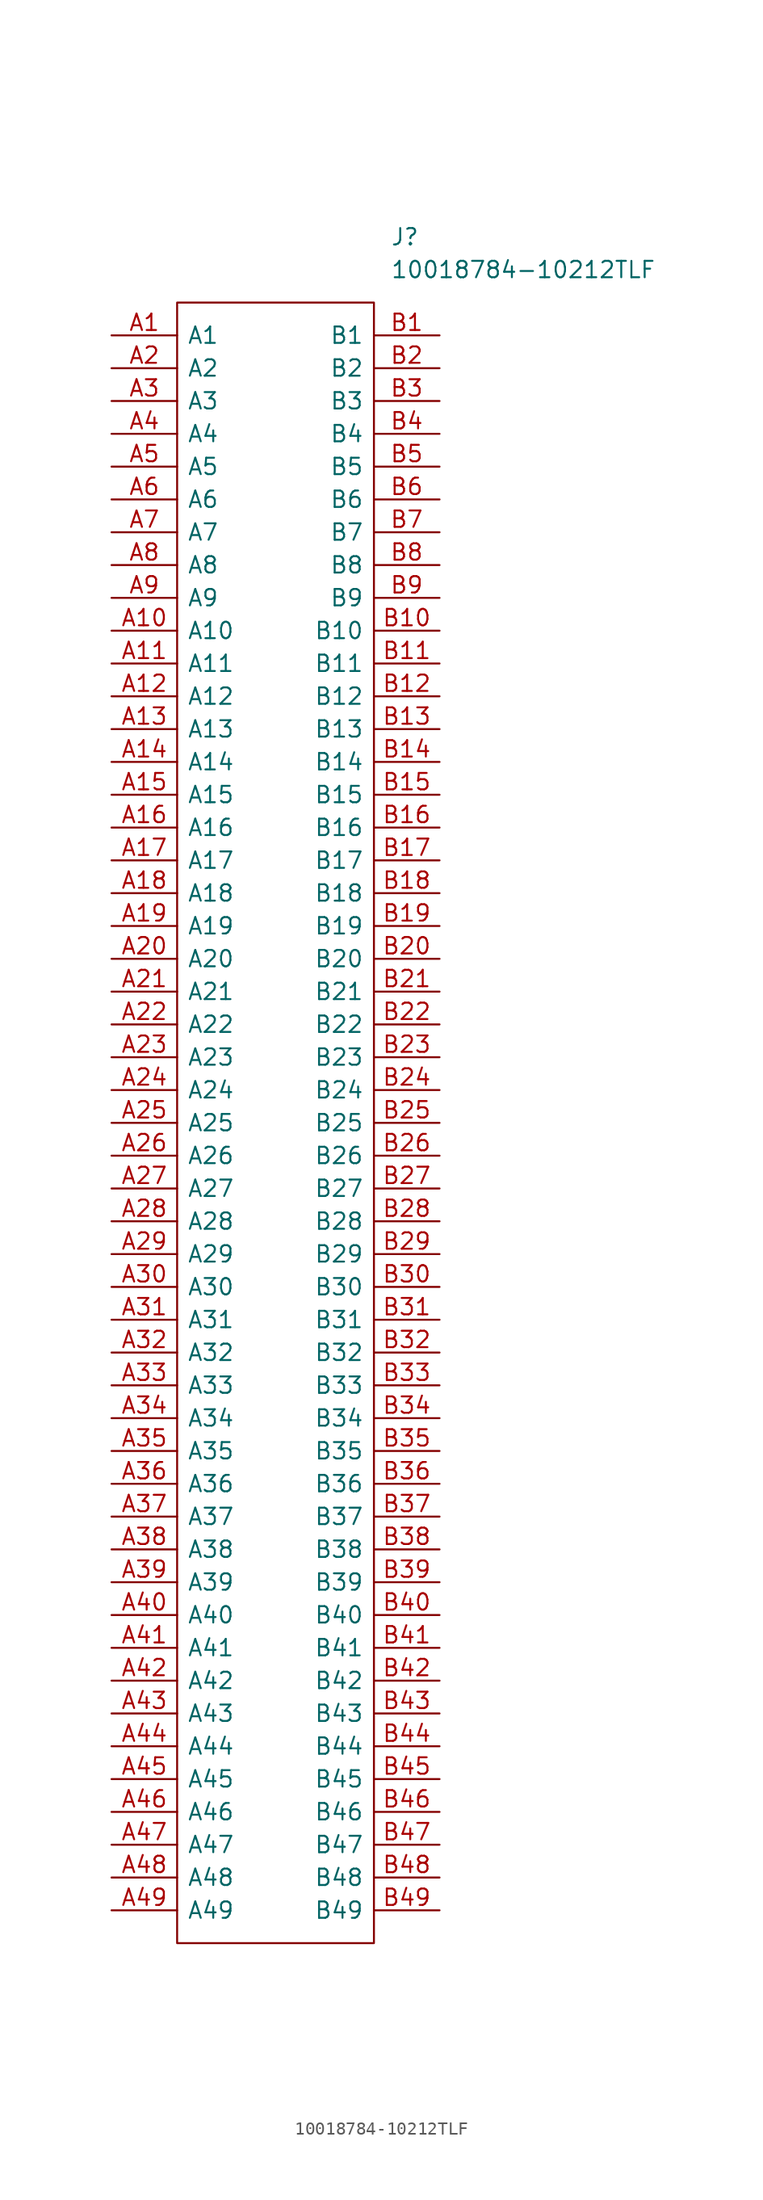
<source format=kicad_sym>
(kicad_symbol_lib
  (version 20211014)
  (generator kicad_symbol_editor)
  (symbol "10018784-10212TLF"
    (pin_names
      (offset 0.762))
    (property "Reference" "J"
      (at 21.59 7.62 0)
      (effects (font (size 1.27 1.27)) (justify left)))
    (property "Value" "10018784-10212TLF"
      (at 21.59 5.08 0)
      (effects (font (size 1.27 1.27)) (justify left)))
    (symbol "10018784-10212TLF_0_0"
      (pin passive line (at 0 0 0) (length 5.08) (name "A1" (effects (font (size 1.27 1.27)))) (number "A1" (effects (font (size 1.27 1.27)))))
      (pin passive line (at 0 -22.86 0) (length 5.08) (name "A10" (effects (font (size 1.27 1.27)))) (number "A10" (effects (font (size 1.27 1.27)))))
      (pin passive line (at 0 -25.4 0) (length 5.08) (name "A11" (effects (font (size 1.27 1.27)))) (number "A11" (effects (font (size 1.27 1.27)))))
      (pin passive line (at 0 -27.94 0) (length 5.08) (name "A12" (effects (font (size 1.27 1.27)))) (number "A12" (effects (font (size 1.27 1.27)))))
      (pin passive line (at 0 -30.48 0) (length 5.08) (name "A13" (effects (font (size 1.27 1.27)))) (number "A13" (effects (font (size 1.27 1.27)))))
      (pin passive line (at 0 -33.02 0) (length 5.08) (name "A14" (effects (font (size 1.27 1.27)))) (number "A14" (effects (font (size 1.27 1.27)))))
      (pin passive line (at 0 -35.56 0) (length 5.08) (name "A15" (effects (font (size 1.27 1.27)))) (number "A15" (effects (font (size 1.27 1.27)))))
      (pin passive line (at 0 -38.1 0) (length 5.08) (name "A16" (effects (font (size 1.27 1.27)))) (number "A16" (effects (font (size 1.27 1.27)))))
      (pin passive line (at 0 -40.64 0) (length 5.08) (name "A17" (effects (font (size 1.27 1.27)))) (number "A17" (effects (font (size 1.27 1.27)))))
      (pin passive line (at 0 -43.18 0) (length 5.08) (name "A18" (effects (font (size 1.27 1.27)))) (number "A18" (effects (font (size 1.27 1.27)))))
      (pin passive line (at 0 -45.72 0) (length 5.08) (name "A19" (effects (font (size 1.27 1.27)))) (number "A19" (effects (font (size 1.27 1.27)))))
      (pin passive line (at 0 -2.54 0) (length 5.08) (name "A2" (effects (font (size 1.27 1.27)))) (number "A2" (effects (font (size 1.27 1.27)))))
      (pin passive line (at 0 -48.26 0) (length 5.08) (name "A20" (effects (font (size 1.27 1.27)))) (number "A20" (effects (font (size 1.27 1.27)))))
      (pin passive line (at 0 -50.8 0) (length 5.08) (name "A21" (effects (font (size 1.27 1.27)))) (number "A21" (effects (font (size 1.27 1.27)))))
      (pin passive line (at 0 -53.34 0) (length 5.08) (name "A22" (effects (font (size 1.27 1.27)))) (number "A22" (effects (font (size 1.27 1.27)))))
      (pin passive line (at 0 -55.88 0) (length 5.08) (name "A23" (effects (font (size 1.27 1.27)))) (number "A23" (effects (font (size 1.27 1.27)))))
      (pin passive line (at 0 -58.42 0) (length 5.08) (name "A24" (effects (font (size 1.27 1.27)))) (number "A24" (effects (font (size 1.27 1.27)))))
      (pin passive line (at 0 -60.96 0) (length 5.08) (name "A25" (effects (font (size 1.27 1.27)))) (number "A25" (effects (font (size 1.27 1.27)))))
      (pin passive line (at 0 -63.5 0) (length 5.08) (name "A26" (effects (font (size 1.27 1.27)))) (number "A26" (effects (font (size 1.27 1.27)))))
      (pin passive line (at 0 -66.04 0) (length 5.08) (name "A27" (effects (font (size 1.27 1.27)))) (number "A27" (effects (font (size 1.27 1.27)))))
      (pin passive line (at 0 -68.58 0) (length 5.08) (name "A28" (effects (font (size 1.27 1.27)))) (number "A28" (effects (font (size 1.27 1.27)))))
      (pin passive line (at 0 -71.12 0) (length 5.08) (name "A29" (effects (font (size 1.27 1.27)))) (number "A29" (effects (font (size 1.27 1.27)))))
      (pin passive line (at 0 -5.08 0) (length 5.08) (name "A3" (effects (font (size 1.27 1.27)))) (number "A3" (effects (font (size 1.27 1.27)))))
      (pin passive line (at 0 -73.66 0) (length 5.08) (name "A30" (effects (font (size 1.27 1.27)))) (number "A30" (effects (font (size 1.27 1.27)))))
      (pin passive line (at 0 -76.2 0) (length 5.08) (name "A31" (effects (font (size 1.27 1.27)))) (number "A31" (effects (font (size 1.27 1.27)))))
      (pin passive line (at 0 -78.74 0) (length 5.08) (name "A32" (effects (font (size 1.27 1.27)))) (number "A32" (effects (font (size 1.27 1.27)))))
      (pin passive line (at 0 -81.28 0) (length 5.08) (name "A33" (effects (font (size 1.27 1.27)))) (number "A33" (effects (font (size 1.27 1.27)))))
      (pin passive line (at 0 -83.82 0) (length 5.08) (name "A34" (effects (font (size 1.27 1.27)))) (number "A34" (effects (font (size 1.27 1.27)))))
      (pin passive line (at 0 -86.36 0) (length 5.08) (name "A35" (effects (font (size 1.27 1.27)))) (number "A35" (effects (font (size 1.27 1.27)))))
      (pin passive line (at 0 -88.9 0) (length 5.08) (name "A36" (effects (font (size 1.27 1.27)))) (number "A36" (effects (font (size 1.27 1.27)))))
      (pin passive line (at 0 -91.44 0) (length 5.08) (name "A37" (effects (font (size 1.27 1.27)))) (number "A37" (effects (font (size 1.27 1.27)))))
      (pin passive line (at 0 -93.98 0) (length 5.08) (name "A38" (effects (font (size 1.27 1.27)))) (number "A38" (effects (font (size 1.27 1.27)))))
      (pin passive line (at 0 -96.52 0) (length 5.08) (name "A39" (effects (font (size 1.27 1.27)))) (number "A39" (effects (font (size 1.27 1.27)))))
      (pin passive line (at 0 -7.62 0) (length 5.08) (name "A4" (effects (font (size 1.27 1.27)))) (number "A4" (effects (font (size 1.27 1.27)))))
      (pin passive line (at 0 -99.06 0) (length 5.08) (name "A40" (effects (font (size 1.27 1.27)))) (number "A40" (effects (font (size 1.27 1.27)))))
      (pin passive line (at 0 -101.6 0) (length 5.08) (name "A41" (effects (font (size 1.27 1.27)))) (number "A41" (effects (font (size 1.27 1.27)))))
      (pin passive line (at 0 -104.14 0) (length 5.08) (name "A42" (effects (font (size 1.27 1.27)))) (number "A42" (effects (font (size 1.27 1.27)))))
      (pin passive line (at 0 -106.68 0) (length 5.08) (name "A43" (effects (font (size 1.27 1.27)))) (number "A43" (effects (font (size 1.27 1.27)))))
      (pin passive line (at 0 -109.22 0) (length 5.08) (name "A44" (effects (font (size 1.27 1.27)))) (number "A44" (effects (font (size 1.27 1.27)))))
      (pin passive line (at 0 -111.76 0) (length 5.08) (name "A45" (effects (font (size 1.27 1.27)))) (number "A45" (effects (font (size 1.27 1.27)))))
      (pin passive line (at 0 -114.3 0) (length 5.08) (name "A46" (effects (font (size 1.27 1.27)))) (number "A46" (effects (font (size 1.27 1.27)))))
      (pin passive line (at 0 -116.84 0) (length 5.08) (name "A47" (effects (font (size 1.27 1.27)))) (number "A47" (effects (font (size 1.27 1.27)))))
      (pin passive line (at 0 -119.38 0) (length 5.08) (name "A48" (effects (font (size 1.27 1.27)))) (number "A48" (effects (font (size 1.27 1.27)))))
      (pin passive line (at 0 -121.92 0) (length 5.08) (name "A49" (effects (font (size 1.27 1.27)))) (number "A49" (effects (font (size 1.27 1.27)))))
      (pin passive line (at 0 -10.16 0) (length 5.08) (name "A5" (effects (font (size 1.27 1.27)))) (number "A5" (effects (font (size 1.27 1.27)))))
      (pin passive line (at 0 -12.7 0) (length 5.08) (name "A6" (effects (font (size 1.27 1.27)))) (number "A6" (effects (font (size 1.27 1.27)))))
      (pin passive line (at 0 -15.24 0) (length 5.08) (name "A7" (effects (font (size 1.27 1.27)))) (number "A7" (effects (font (size 1.27 1.27)))))
      (pin passive line (at 0 -17.78 0) (length 5.08) (name "A8" (effects (font (size 1.27 1.27)))) (number "A8" (effects (font (size 1.27 1.27)))))
      (pin passive line (at 0 -20.32 0) (length 5.08) (name "A9" (effects (font (size 1.27 1.27)))) (number "A9" (effects (font (size 1.27 1.27)))))
      (pin passive line (at 25.4 0 180) (length 5.08) (name "B1" (effects (font (size 1.27 1.27)))) (number "B1" (effects (font (size 1.27 1.27)))))
      (pin passive line (at 25.4 -22.86 180) (length 5.08) (name "B10" (effects (font (size 1.27 1.27)))) (number "B10" (effects (font (size 1.27 1.27)))))
      (pin passive line (at 25.4 -25.4 180) (length 5.08) (name "B11" (effects (font (size 1.27 1.27)))) (number "B11" (effects (font (size 1.27 1.27)))))
      (pin passive line (at 25.4 -27.94 180) (length 5.08) (name "B12" (effects (font (size 1.27 1.27)))) (number "B12" (effects (font (size 1.27 1.27)))))
      (pin passive line (at 25.4 -30.48 180) (length 5.08) (name "B13" (effects (font (size 1.27 1.27)))) (number "B13" (effects (font (size 1.27 1.27)))))
      (pin passive line (at 25.4 -33.02 180) (length 5.08) (name "B14" (effects (font (size 1.27 1.27)))) (number "B14" (effects (font (size 1.27 1.27)))))
      (pin passive line (at 25.4 -35.56 180) (length 5.08) (name "B15" (effects (font (size 1.27 1.27)))) (number "B15" (effects (font (size 1.27 1.27)))))
      (pin passive line (at 25.4 -38.1 180) (length 5.08) (name "B16" (effects (font (size 1.27 1.27)))) (number "B16" (effects (font (size 1.27 1.27)))))
      (pin passive line (at 25.4 -40.64 180) (length 5.08) (name "B17" (effects (font (size 1.27 1.27)))) (number "B17" (effects (font (size 1.27 1.27)))))
      (pin passive line (at 25.4 -43.18 180) (length 5.08) (name "B18" (effects (font (size 1.27 1.27)))) (number "B18" (effects (font (size 1.27 1.27)))))
      (pin passive line (at 25.4 -45.72 180) (length 5.08) (name "B19" (effects (font (size 1.27 1.27)))) (number "B19" (effects (font (size 1.27 1.27)))))
      (pin passive line (at 25.4 -2.54 180) (length 5.08) (name "B2" (effects (font (size 1.27 1.27)))) (number "B2" (effects (font (size 1.27 1.27)))))
      (pin passive line (at 25.4 -48.26 180) (length 5.08) (name "B20" (effects (font (size 1.27 1.27)))) (number "B20" (effects (font (size 1.27 1.27)))))
      (pin passive line (at 25.4 -50.8 180) (length 5.08) (name "B21" (effects (font (size 1.27 1.27)))) (number "B21" (effects (font (size 1.27 1.27)))))
      (pin passive line (at 25.4 -53.34 180) (length 5.08) (name "B22" (effects (font (size 1.27 1.27)))) (number "B22" (effects (font (size 1.27 1.27)))))
      (pin passive line (at 25.4 -55.88 180) (length 5.08) (name "B23" (effects (font (size 1.27 1.27)))) (number "B23" (effects (font (size 1.27 1.27)))))
      (pin passive line (at 25.4 -58.42 180) (length 5.08) (name "B24" (effects (font (size 1.27 1.27)))) (number "B24" (effects (font (size 1.27 1.27)))))
      (pin passive line (at 25.4 -60.96 180) (length 5.08) (name "B25" (effects (font (size 1.27 1.27)))) (number "B25" (effects (font (size 1.27 1.27)))))
      (pin passive line (at 25.4 -63.5 180) (length 5.08) (name "B26" (effects (font (size 1.27 1.27)))) (number "B26" (effects (font (size 1.27 1.27)))))
      (pin passive line (at 25.4 -66.04 180) (length 5.08) (name "B27" (effects (font (size 1.27 1.27)))) (number "B27" (effects (font (size 1.27 1.27)))))
      (pin passive line (at 25.4 -68.58 180) (length 5.08) (name "B28" (effects (font (size 1.27 1.27)))) (number "B28" (effects (font (size 1.27 1.27)))))
      (pin passive line (at 25.4 -71.12 180) (length 5.08) (name "B29" (effects (font (size 1.27 1.27)))) (number "B29" (effects (font (size 1.27 1.27)))))
      (pin passive line (at 25.4 -5.08 180) (length 5.08) (name "B3" (effects (font (size 1.27 1.27)))) (number "B3" (effects (font (size 1.27 1.27)))))
      (pin passive line (at 25.4 -73.66 180) (length 5.08) (name "B30" (effects (font (size 1.27 1.27)))) (number "B30" (effects (font (size 1.27 1.27)))))
      (pin passive line (at 25.4 -76.2 180) (length 5.08) (name "B31" (effects (font (size 1.27 1.27)))) (number "B31" (effects (font (size 1.27 1.27)))))
      (pin passive line (at 25.4 -78.74 180) (length 5.08) (name "B32" (effects (font (size 1.27 1.27)))) (number "B32" (effects (font (size 1.27 1.27)))))
      (pin passive line (at 25.4 -81.28 180) (length 5.08) (name "B33" (effects (font (size 1.27 1.27)))) (number "B33" (effects (font (size 1.27 1.27)))))
      (pin passive line (at 25.4 -83.82 180) (length 5.08) (name "B34" (effects (font (size 1.27 1.27)))) (number "B34" (effects (font (size 1.27 1.27)))))
      (pin passive line (at 25.4 -86.36 180) (length 5.08) (name "B35" (effects (font (size 1.27 1.27)))) (number "B35" (effects (font (size 1.27 1.27)))))
      (pin passive line (at 25.4 -88.9 180) (length 5.08) (name "B36" (effects (font (size 1.27 1.27)))) (number "B36" (effects (font (size 1.27 1.27)))))
      (pin passive line (at 25.4 -91.44 180) (length 5.08) (name "B37" (effects (font (size 1.27 1.27)))) (number "B37" (effects (font (size 1.27 1.27)))))
      (pin passive line (at 25.4 -93.98 180) (length 5.08) (name "B38" (effects (font (size 1.27 1.27)))) (number "B38" (effects (font (size 1.27 1.27)))))
      (pin passive line (at 25.4 -96.52 180) (length 5.08) (name "B39" (effects (font (size 1.27 1.27)))) (number "B39" (effects (font (size 1.27 1.27)))))
      (pin passive line (at 25.4 -7.62 180) (length 5.08) (name "B4" (effects (font (size 1.27 1.27)))) (number "B4" (effects (font (size 1.27 1.27)))))
      (pin passive line (at 25.4 -99.06 180) (length 5.08) (name "B40" (effects (font (size 1.27 1.27)))) (number "B40" (effects (font (size 1.27 1.27)))))
      (pin passive line (at 25.4 -101.6 180) (length 5.08) (name "B41" (effects (font (size 1.27 1.27)))) (number "B41" (effects (font (size 1.27 1.27)))))
      (pin passive line (at 25.4 -104.14 180) (length 5.08) (name "B42" (effects (font (size 1.27 1.27)))) (number "B42" (effects (font (size 1.27 1.27)))))
      (pin passive line (at 25.4 -106.68 180) (length 5.08) (name "B43" (effects (font (size 1.27 1.27)))) (number "B43" (effects (font (size 1.27 1.27)))))
      (pin passive line (at 25.4 -109.22 180) (length 5.08) (name "B44" (effects (font (size 1.27 1.27)))) (number "B44" (effects (font (size 1.27 1.27)))))
      (pin passive line (at 25.4 -111.76 180) (length 5.08) (name "B45" (effects (font (size 1.27 1.27)))) (number "B45" (effects (font (size 1.27 1.27)))))
      (pin passive line (at 25.4 -114.3 180) (length 5.08) (name "B46" (effects (font (size 1.27 1.27)))) (number "B46" (effects (font (size 1.27 1.27)))))
      (pin passive line (at 25.4 -116.84 180) (length 5.08) (name "B47" (effects (font (size 1.27 1.27)))) (number "B47" (effects (font (size 1.27 1.27)))))
      (pin passive line (at 25.4 -119.38 180) (length 5.08) (name "B48" (effects (font (size 1.27 1.27)))) (number "B48" (effects (font (size 1.27 1.27)))))
      (pin passive line (at 25.4 -121.92 180) (length 5.08) (name "B49" (effects (font (size 1.27 1.27)))) (number "B49" (effects (font (size 1.27 1.27)))))
      (pin passive line (at 25.4 -10.16 180) (length 5.08) (name "B5" (effects (font (size 1.27 1.27)))) (number "B5" (effects (font (size 1.27 1.27)))))
      (pin passive line (at 25.4 -12.7 180) (length 5.08) (name "B6" (effects (font (size 1.27 1.27)))) (number "B6" (effects (font (size 1.27 1.27)))))
      (pin passive line (at 25.4 -15.24 180) (length 5.08) (name "B7" (effects (font (size 1.27 1.27)))) (number "B7" (effects (font (size 1.27 1.27)))))
      (pin passive line (at 25.4 -17.78 180) (length 5.08) (name "B8" (effects (font (size 1.27 1.27)))) (number "B8" (effects (font (size 1.27 1.27)))))
      (pin passive line (at 25.4 -20.32 180) (length 5.08) (name "B9" (effects (font (size 1.27 1.27)))) (number "B9" (effects (font (size 1.27 1.27))))))
    (symbol "10018784-10212TLF_0_1"
      (polyline (pts (xy 5.08 2.54) (xy 20.32 2.54) (xy 20.32 -124.46) (xy 5.08 -124.46) (xy 5.08 2.54)) (stroke (width 0.152) (type default) (color 0 0 0 0)) (fill (type none))))))
</source>
